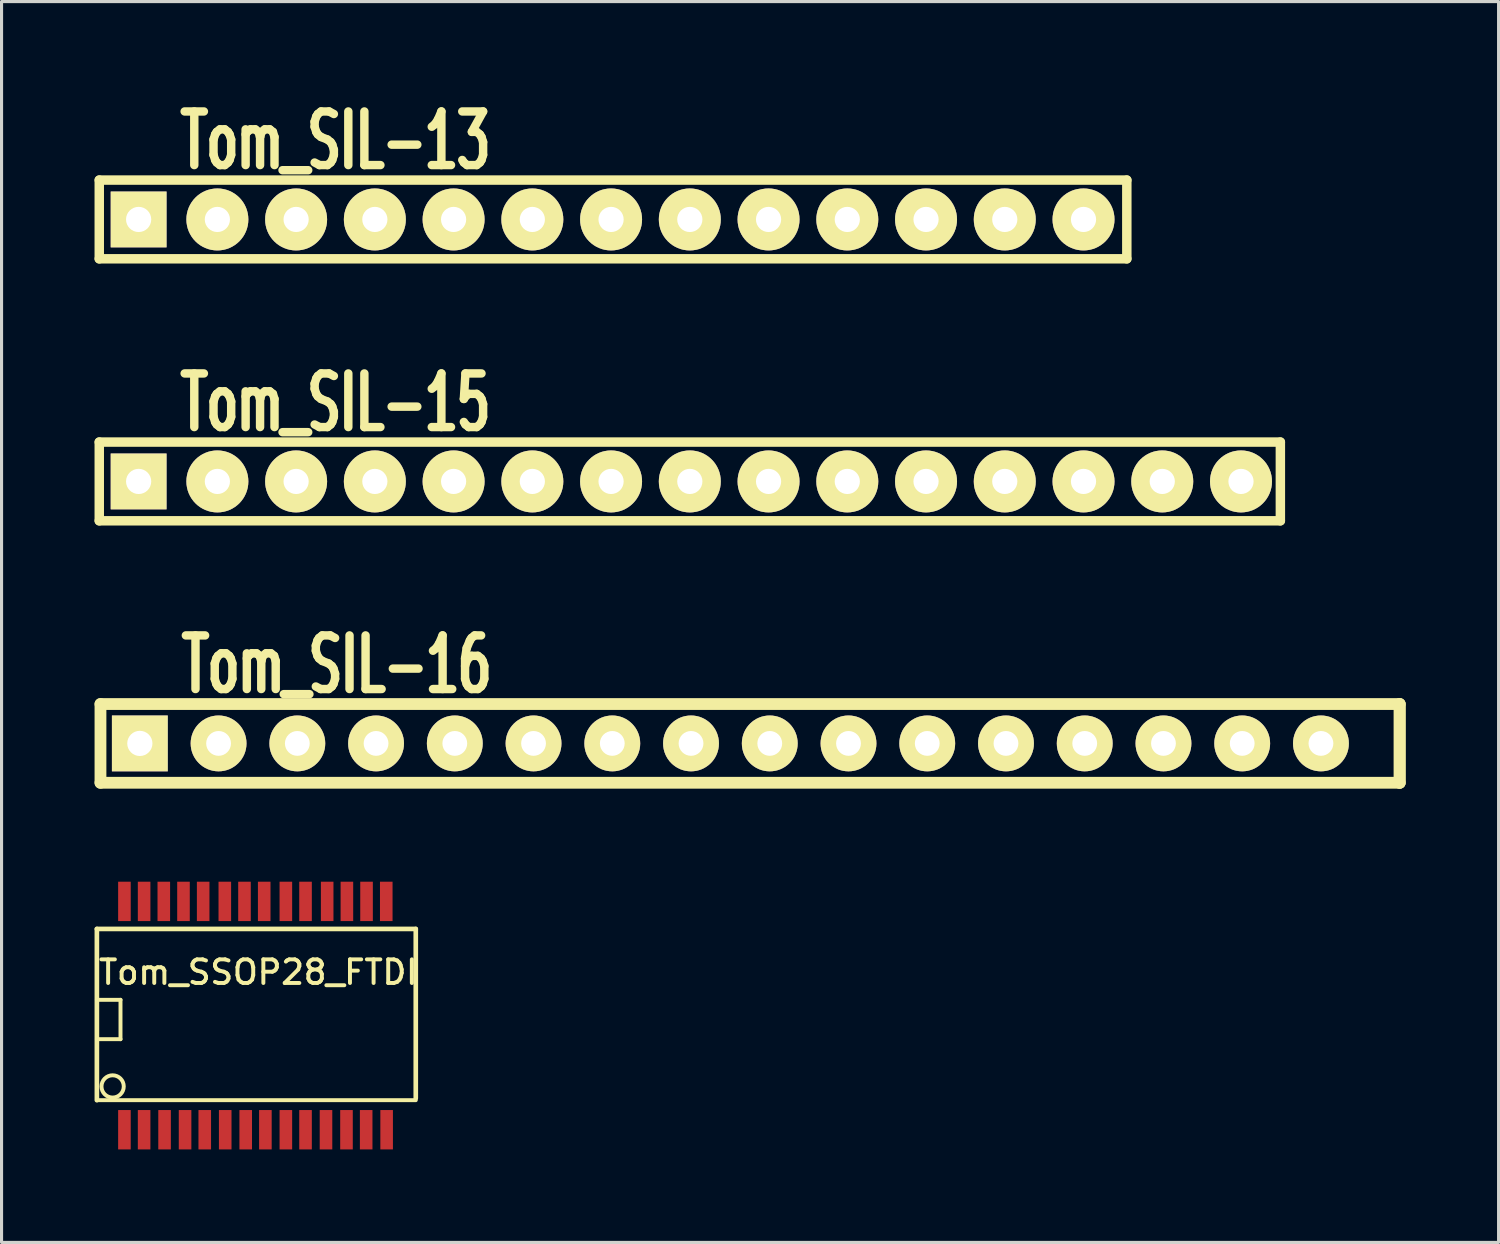
<source format=kicad_pcb>
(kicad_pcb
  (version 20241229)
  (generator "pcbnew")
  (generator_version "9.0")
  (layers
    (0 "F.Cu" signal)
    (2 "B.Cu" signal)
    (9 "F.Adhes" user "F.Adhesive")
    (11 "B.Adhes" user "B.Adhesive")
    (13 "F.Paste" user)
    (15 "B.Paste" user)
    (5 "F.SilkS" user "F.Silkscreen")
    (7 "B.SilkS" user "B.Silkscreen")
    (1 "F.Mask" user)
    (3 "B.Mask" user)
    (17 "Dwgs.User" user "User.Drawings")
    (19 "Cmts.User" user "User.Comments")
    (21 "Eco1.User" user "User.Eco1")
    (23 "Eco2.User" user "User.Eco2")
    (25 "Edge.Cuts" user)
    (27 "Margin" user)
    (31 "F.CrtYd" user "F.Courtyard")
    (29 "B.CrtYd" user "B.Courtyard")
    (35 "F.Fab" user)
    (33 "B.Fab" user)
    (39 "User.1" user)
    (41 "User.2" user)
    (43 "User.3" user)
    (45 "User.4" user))
  (footprint "Tom_SIL-16"
    (layer "F.Cu")
    (at 17.971 20.931)
    (property "Reference" "Tom_SIL-16" (at -10.16 -2.54 0) (layer "F.SilkS") (effects (font (size 1.73 1.087) (thickness 0.272))))
    (attr through_hole)
    (fp_line (start -17.78 -1.27) (end 24.13 -1.27) (stroke (width 0.381) (type solid)) (layer "F.SilkS"))
    (fp_line (start -17.78 1.27) (end -17.78 -1.27) (stroke (width 0.381) (type solid)) (layer "F.SilkS"))
    (fp_line (start 24.13 -1.27) (end 24.13 1.27) (stroke (width 0.381) (type solid)) (layer "F.SilkS"))
    (fp_line (start 24.13 -1.27) (end 24.13 1.27) (stroke (width 0.381) (type solid)) (layer "F.SilkS"))
    (fp_line (start 24.13 1.27) (end -17.78 1.27) (stroke (width 0.381) (type solid)) (layer "F.SilkS"))
    (pad "1" thru_hole rect (at -16.51 0) (size 1.801 1.801) (drill 0.813) (layers "*.Cu" "*.Mask" "F.SilkS"))
    (pad "2" thru_hole circle (at -13.97 0) (size 1.801 1.801) (drill 0.8) (layers "*.Cu" "*.Mask" "F.SilkS"))
    (pad "3" thru_hole circle (at -11.43 0) (size 1.801 1.801) (drill 0.8) (layers "*.Cu" "*.Mask" "F.SilkS"))
    (pad "4" thru_hole circle (at -8.89 0) (size 1.801 1.801) (drill 0.8) (layers "*.Cu" "*.Mask" "F.SilkS"))
    (pad "5" thru_hole circle (at -6.35 0) (size 1.801 1.801) (drill 0.8) (layers "*.Cu" "*.Mask" "F.SilkS"))
    (pad "6" thru_hole circle (at -3.81 0) (size 1.801 1.801) (drill 0.8) (layers "*.Cu" "*.Mask" "F.SilkS"))
    (pad "7" thru_hole circle (at -1.27 0) (size 1.801 1.801) (drill 0.8) (layers "*.Cu" "*.Mask" "F.SilkS"))
    (pad "8" thru_hole circle (at 1.27 0) (size 1.801 1.801) (drill 0.8) (layers "*.Cu" "*.Mask" "F.SilkS"))
    (pad "9" thru_hole circle (at 3.81 0) (size 1.801 1.801) (drill 0.8) (layers "*.Cu" "*.Mask" "F.SilkS"))
    (pad "10" thru_hole circle (at 6.35 0) (size 1.801 1.801) (drill 0.8) (layers "*.Cu" "*.Mask" "F.SilkS"))
    (pad "11" thru_hole circle (at 8.89 0) (size 1.801 1.801) (drill 0.8) (layers "*.Cu" "*.Mask" "F.SilkS"))
    (pad "12" thru_hole circle (at 11.43 0) (size 1.801 1.801) (drill 0.8) (layers "*.Cu" "*.Mask" "F.SilkS"))
    (pad "13" thru_hole circle (at 13.97 0) (size 1.801 1.801) (drill 0.8) (layers "*.Cu" "*.Mask" "F.SilkS"))
    (pad "14" thru_hole circle (at 16.51 0) (size 1.801 1.801) (drill 0.8) (layers "*.Cu" "*.Mask" "F.SilkS"))
    (pad "15" thru_hole circle (at 19.05 0) (size 1.801 1.801) (drill 0.8) (layers "*.Cu" "*.Mask" "F.SilkS"))
    (pad "16" thru_hole circle (at 21.59 0) (size 1.801 1.801) (drill 0.8) (layers "*.Cu" "*.Mask" "F.SilkS")))
  (footprint "Tom_SSOP28_FTDI"
    (layer "F.Cu")
    (at 5.155 29.837)
    (property "Reference" "Tom_SSOP28_FTDI" (at 0.127 -1.524 0) (layer "F.SilkS") (effects (font (size 0.762 0.762) (thickness 0.127))))
    (attr smd)
    (fp_line (start -5.08 -2.921) (end -5.08 2.603) (stroke (width 0.15) (type solid)) (layer "F.SilkS"))
    (fp_line (start -5.08 -2.921) (end 5.207 -2.921) (stroke (width 0.15) (type solid)) (layer "F.SilkS"))
    (fp_line (start -5.08 -0.635) (end -4.318 -0.635) (stroke (width 0.127) (type solid)) (layer "F.SilkS"))
    (fp_line (start -4.318 -0.635) (end -4.318 0.635) (stroke (width 0.127) (type solid)) (layer "F.SilkS"))
    (fp_line (start -4.318 0.635) (end -5.08 0.635) (stroke (width 0.127) (type solid)) (layer "F.SilkS"))
    (fp_line (start 5.207 2.54) (end 5.207 -2.921) (stroke (width 0.15) (type solid)) (layer "F.SilkS"))
    (fp_line (start 5.207 2.603) (end -5.08 2.603) (stroke (width 0.127) (type solid)) (layer "F.SilkS"))
    (fp_circle (center -4.572 2.159) (end -4.826 1.905) (stroke (width 0.127) (type solid)) (fill no) (layer "F.SilkS"))
    (pad "1" smd rect (at -4.191 3.556) (size 0.406 1.27) (layers "F.Cu" "F.Mask" "F.Paste"))
    (pad "2" smd rect (at -3.556 3.556) (size 0.406 1.27) (layers "F.Cu" "F.Mask" "F.Paste"))
    (pad "3" smd rect (at -2.896 3.556) (size 0.406 1.27) (layers "F.Cu" "F.Mask" "F.Paste"))
    (pad "4" smd rect (at -2.235 3.556) (size 0.406 1.27) (layers "F.Cu" "F.Mask" "F.Paste"))
    (pad "5" smd rect (at -1.6 3.556) (size 0.406 1.27) (layers "F.Cu" "F.Mask" "F.Paste"))
    (pad "6" smd rect (at -0.94 3.556) (size 0.406 1.27) (layers "F.Cu" "F.Mask" "F.Paste"))
    (pad "7" smd rect (at -0.279 3.556) (size 0.406 1.27) (layers "F.Cu" "F.Mask" "F.Paste"))
    (pad "8" smd rect (at 0.356 3.556) (size 0.406 1.27) (layers "F.Cu" "F.Mask" "F.Paste"))
    (pad "9" smd rect (at 1.016 3.556) (size 0.406 1.27) (layers "F.Cu" "F.Mask" "F.Paste"))
    (pad "10" smd rect (at 1.651 3.556) (size 0.406 1.27) (layers "F.Cu" "F.Mask" "F.Paste"))
    (pad "11" smd rect (at 2.311 3.556) (size 0.406 1.27) (layers "F.Cu" "F.Mask" "F.Paste"))
    (pad "12" smd rect (at 2.972 3.556) (size 0.406 1.27) (layers "F.Cu" "F.Mask" "F.Paste"))
    (pad "13" smd rect (at 3.607 3.556) (size 0.406 1.27) (layers "F.Cu" "F.Mask" "F.Paste"))
    (pad "14" smd rect (at 4.267 3.556) (size 0.406 1.27) (layers "F.Cu" "F.Mask" "F.Paste"))
    (pad "15" smd rect (at 4.255 -3.81) (size 0.406 1.27) (layers "F.Cu" "F.Mask" "F.Paste"))
    (pad "16" smd rect (at 3.619 -3.81) (size 0.406 1.27) (layers "F.Cu" "F.Mask" "F.Paste"))
    (pad "17" smd rect (at 2.985 -3.81) (size 0.406 1.27) (layers "F.Cu" "F.Mask" "F.Paste"))
    (pad "18" smd rect (at 2.349 -3.81) (size 0.406 1.27) (layers "F.Cu" "F.Mask" "F.Paste"))
    (pad "19" smd rect (at 1.651 -3.81) (size 0.406 1.27) (layers "F.Cu" "F.Mask" "F.Paste"))
    (pad "20" smd rect (at 1.016 -3.81) (size 0.406 1.27) (layers "F.Cu" "F.Mask" "F.Paste"))
    (pad "21" smd rect (at 0.318 -3.81) (size 0.406 1.27) (layers "F.Cu" "F.Mask" "F.Paste"))
    (pad "22" smd rect (at -0.318 -3.81) (size 0.406 1.27) (layers "F.Cu" "F.Mask" "F.Paste"))
    (pad "23" smd rect (at -0.953 -3.81) (size 0.406 1.27) (layers "F.Cu" "F.Mask" "F.Paste"))
    (pad "24" smd rect (at -1.651 -3.81) (size 0.406 1.27) (layers "F.Cu" "F.Mask" "F.Paste"))
    (pad "25" smd rect (at -2.286 -3.81) (size 0.406 1.27) (layers "F.Cu" "F.Mask" "F.Paste"))
    (pad "26" smd rect (at -2.921 -3.81) (size 0.406 1.27) (layers "F.Cu" "F.Mask" "F.Paste"))
    (pad "27" smd rect (at -3.556 -3.81) (size 0.406 1.27) (layers "F.Cu" "F.Mask" "F.Paste"))
    (pad "28" smd rect (at -4.191 -3.81) (size 0.406 1.27) (layers "F.Cu" "F.Mask" "F.Paste")))
  (footprint "Tom_SIL-13"
    (layer "F.Cu")
    (at 19.202 4.029)
    (property "Reference" "Tom_SIL-13" (at -11.43 -2.54 0) (layer "F.SilkS") (effects (font (size 1.73 1.087) (thickness 0.272))))
    (attr through_hole)
    (fp_line (start -19.05 1.27) (end -19.05 -1.27) (stroke (width 0.305) (type solid)) (layer "F.SilkS"))
    (fp_line (start -19.05 1.27) (end 14.097 1.27) (stroke (width 0.305) (type solid)) (layer "F.SilkS"))
    (fp_line (start 14.097 -1.27) (end -19.05 -1.27) (stroke (width 0.305) (type solid)) (layer "F.SilkS"))
    (fp_line (start 14.097 -1.27) (end 14.097 1.27) (stroke (width 0.305) (type solid)) (layer "F.SilkS"))
    (pad "1" thru_hole rect (at -17.78 0) (size 1.801 1.801) (drill 0.813) (layers "*.Cu" "*.Mask" "F.SilkS"))
    (pad "2" thru_hole circle (at -15.24 0) (size 1.999 1.999) (drill 0.813) (layers "*.Cu" "*.Mask" "F.SilkS"))
    (pad "3" thru_hole circle (at -12.7 0) (size 1.999 1.999) (drill 0.813) (layers "*.Cu" "*.Mask" "F.SilkS"))
    (pad "4" thru_hole circle (at -10.16 0) (size 1.999 1.999) (drill 0.813) (layers "*.Cu" "*.Mask" "F.SilkS"))
    (pad "5" thru_hole circle (at -7.62 0) (size 1.999 1.999) (drill 0.813) (layers "*.Cu" "*.Mask" "F.SilkS"))
    (pad "6" thru_hole circle (at -5.08 0) (size 1.999 1.999) (drill 0.813) (layers "*.Cu" "*.Mask" "F.SilkS"))
    (pad "7" thru_hole circle (at -2.54 0) (size 1.999 1.999) (drill 0.813) (layers "*.Cu" "*.Mask" "F.SilkS"))
    (pad "8" thru_hole circle (at 0 0) (size 1.999 1.999) (drill 0.813) (layers "*.Cu" "*.Mask" "F.SilkS"))
    (pad "9" thru_hole circle (at 2.54 0) (size 1.999 1.999) (drill 0.813) (layers "*.Cu" "*.Mask" "F.SilkS"))
    (pad "10" thru_hole circle (at 5.08 0) (size 1.999 1.999) (drill 0.813) (layers "*.Cu" "*.Mask" "F.SilkS"))
    (pad "11" thru_hole circle (at 7.62 0) (size 1.999 1.999) (drill 0.813) (layers "*.Cu" "*.Mask" "F.SilkS"))
    (pad "12" thru_hole circle (at 10.16 0) (size 1.999 1.999) (drill 0.813) (layers "*.Cu" "*.Mask" "F.SilkS"))
    (pad "13" thru_hole circle (at 12.7 0) (size 1.999 1.999) (drill 0.813) (layers "*.Cu" "*.Mask" "F.SilkS")))
  (footprint "Tom_SIL-15"
    (layer "F.Cu")
    (at 19.202 12.48)
    (property "Reference" "Tom_SIL-15" (at -11.43 -2.54 0) (layer "F.SilkS") (effects (font (size 1.73 1.087) (thickness 0.272))))
    (attr through_hole)
    (fp_line (start -19.05 -1.27) (end 19.05 -1.27) (stroke (width 0.305) (type solid)) (layer "F.SilkS"))
    (fp_line (start -19.05 1.27) (end -19.05 -1.27) (stroke (width 0.305) (type solid)) (layer "F.SilkS"))
    (fp_line (start 19.05 -1.27) (end 19.05 1.27) (stroke (width 0.305) (type solid)) (layer "F.SilkS"))
    (fp_line (start 19.05 1.27) (end -19.05 1.27) (stroke (width 0.305) (type solid)) (layer "F.SilkS"))
    (pad "1" thru_hole rect (at -17.78 0) (size 1.801 1.801) (drill 0.813) (layers "*.Cu" "*.Mask" "F.SilkS"))
    (pad "2" thru_hole circle (at -15.24 0) (size 1.999 1.999) (drill 0.813) (layers "*.Cu" "*.Mask" "F.SilkS"))
    (pad "3" thru_hole circle (at -12.7 0) (size 1.999 1.999) (drill 0.813) (layers "*.Cu" "*.Mask" "F.SilkS"))
    (pad "4" thru_hole circle (at -10.16 0) (size 1.999 1.999) (drill 0.813) (layers "*.Cu" "*.Mask" "F.SilkS"))
    (pad "5" thru_hole circle (at -7.62 0) (size 1.999 1.999) (drill 0.813) (layers "*.Cu" "*.Mask" "F.SilkS"))
    (pad "6" thru_hole circle (at -5.08 0) (size 1.999 1.999) (drill 0.813) (layers "*.Cu" "*.Mask" "F.SilkS"))
    (pad "7" thru_hole circle (at -2.54 0) (size 1.999 1.999) (drill 0.813) (layers "*.Cu" "*.Mask" "F.SilkS"))
    (pad "8" thru_hole circle (at 0 0) (size 1.999 1.999) (drill 0.813) (layers "*.Cu" "*.Mask" "F.SilkS"))
    (pad "9" thru_hole circle (at 2.54 0) (size 1.999 1.999) (drill 0.813) (layers "*.Cu" "*.Mask" "F.SilkS"))
    (pad "10" thru_hole circle (at 5.08 0) (size 1.999 1.999) (drill 0.813) (layers "*.Cu" "*.Mask" "F.SilkS"))
    (pad "11" thru_hole circle (at 7.62 0) (size 1.999 1.999) (drill 0.813) (layers "*.Cu" "*.Mask" "F.SilkS"))
    (pad "12" thru_hole circle (at 10.16 0) (size 1.999 1.999) (drill 0.813) (layers "*.Cu" "*.Mask" "F.SilkS"))
    (pad "13" thru_hole circle (at 12.7 0) (size 1.999 1.999) (drill 0.813) (layers "*.Cu" "*.Mask" "F.SilkS"))
    (pad "14" thru_hole circle (at 15.24 0) (size 1.999 1.999) (drill 0.813) (layers "*.Cu" "*.Mask" "F.SilkS"))
    (pad "15" thru_hole circle (at 17.78 0) (size 1.999 1.999) (drill 0.813) (layers "*.Cu" "*.Mask" "F.SilkS")))
  (gr_rect
    (start -3 -3)
    (end 45.291 37.028)
    (stroke (width 0.1) (type default))
    (fill no)
    (layer "Edge.Cuts")))
</source>
